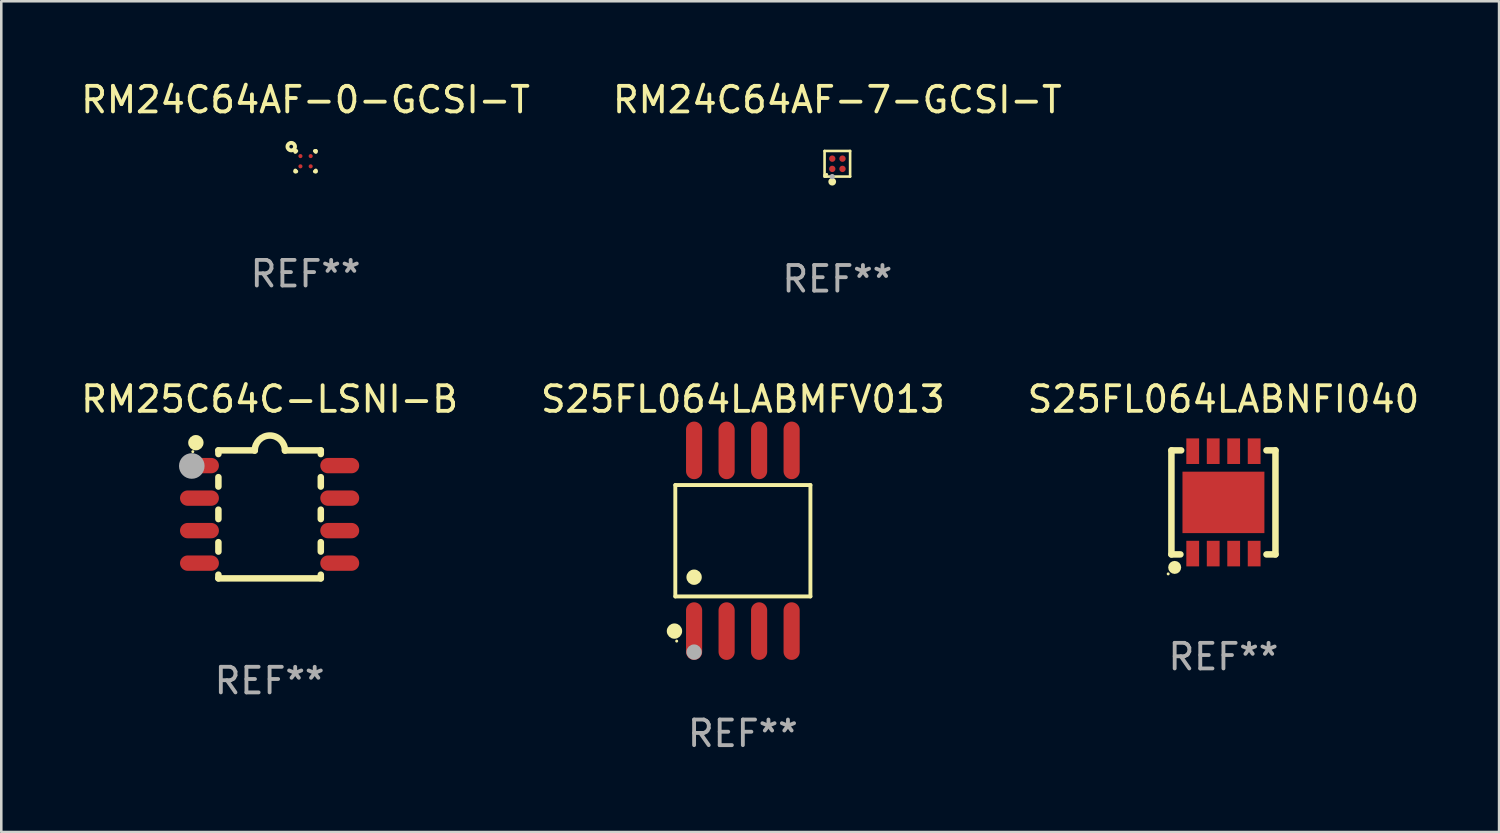
<source format=kicad_pcb>
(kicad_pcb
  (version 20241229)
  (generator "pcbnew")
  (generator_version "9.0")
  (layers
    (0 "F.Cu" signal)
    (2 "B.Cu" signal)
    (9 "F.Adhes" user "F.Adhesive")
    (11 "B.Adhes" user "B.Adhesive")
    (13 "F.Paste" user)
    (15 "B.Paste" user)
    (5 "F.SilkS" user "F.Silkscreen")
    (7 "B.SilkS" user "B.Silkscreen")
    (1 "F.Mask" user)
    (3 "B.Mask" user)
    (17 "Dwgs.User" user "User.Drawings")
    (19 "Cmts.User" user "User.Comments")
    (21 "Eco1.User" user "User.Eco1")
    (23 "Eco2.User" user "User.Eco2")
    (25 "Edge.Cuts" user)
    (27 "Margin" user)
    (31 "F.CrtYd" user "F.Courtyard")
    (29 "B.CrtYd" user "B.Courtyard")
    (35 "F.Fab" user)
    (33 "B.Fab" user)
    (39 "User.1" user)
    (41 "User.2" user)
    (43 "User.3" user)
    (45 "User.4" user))
  (footprint "RM24C64AF-0-GCSI-T"
    (layer "F.Cu")
    (at 8.887 3.248)
    (property "Reference" "RM24C64AF-0-GCSI-T" (at 0 -2.4 0) (layer "F.SilkS") (effects (font (size 1 1) (thickness 0.15))))
    (attr through_hole)
    (fp_line (start -0.4 -0.4) (end -0.4 -0.363) (stroke (width 0.15) (type solid)) (layer "F.SilkS"))
    (fp_line (start -0.4 0.363) (end -0.4 0.4) (stroke (width 0.15) (type solid)) (layer "F.SilkS"))
    (fp_line (start -0.4 0.4) (end -0.363 0.4) (stroke (width 0.15) (type solid)) (layer "F.SilkS"))
    (fp_line (start -0.363 -0.4) (end -0.4 -0.4) (stroke (width 0.15) (type solid)) (layer "F.SilkS"))
    (fp_line (start 0.363 0.4) (end 0.4 0.4) (stroke (width 0.15) (type solid)) (layer "F.SilkS"))
    (fp_line (start 0.4 -0.4) (end 0.363 -0.4) (stroke (width 0.15) (type solid)) (layer "F.SilkS"))
    (fp_line (start 0.4 -0.363) (end 0.4 -0.4) (stroke (width 0.15) (type solid)) (layer "F.SilkS"))
    (fp_line (start 0.4 0.4) (end 0.4 0.363) (stroke (width 0.15) (type solid)) (layer "F.SilkS"))
    (fp_circle (center -0.56 -0.57) (end -0.487 -0.57) (stroke (width 0.15) (type solid)) (fill no) (layer "F.SilkS"))
    (fp_text user "REF**" (at 0 4.4 0) (layer "F.Fab") (effects (font (size 1 1) (thickness 0.15))))
    (pad "A1" smd circle (at -0.2 -0.2) (size 0.16 0.16) (layers "F.Cu" "F.Mask" "F.Paste"))
    (pad "A2" smd circle (at -0.2 0.2) (size 0.16 0.16) (layers "F.Cu" "F.Mask" "F.Paste"))
    (pad "B1" smd circle (at 0.2 -0.2) (size 0.16 0.16) (layers "F.Cu" "F.Mask" "F.Paste"))
    (pad "B2" smd circle (at 0.2 0.2) (size 0.16 0.16) (layers "F.Cu" "F.Mask" "F.Paste")))
  (footprint "S25FL064LABNFI040"
    (layer "F.Cu")
    (at 44.744 16.576)
    (property "Reference" "S25FL064LABNFI040" (at 0 -4.032 0) (layer "F.SilkS") (effects (font (size 1 1) (thickness 0.15))))
    (attr through_hole)
    (fp_line (start -2.032 -2.032) (end -2.032 2.032) (stroke (width 0.254) (type solid)) (layer "F.SilkS"))
    (fp_line (start -2.032 2.032) (end -1.681 2.032) (stroke (width 0.254) (type solid)) (layer "F.SilkS"))
    (fp_line (start -1.651 -2.032) (end -2.032 -2.032) (stroke (width 0.254) (type solid)) (layer "F.SilkS"))
    (fp_line (start 1.681 2.032) (end 2.032 2.032) (stroke (width 0.254) (type solid)) (layer "F.SilkS"))
    (fp_line (start 2.032 -2.032) (end 1.681 -2.032) (stroke (width 0.254) (type solid)) (layer "F.SilkS"))
    (fp_line (start 2.032 2.032) (end 2.032 -2.032) (stroke (width 0.254) (type solid)) (layer "F.SilkS"))
    (fp_circle (center -2.159 2.794) (end -2.129 2.794) (stroke (width 0.06) (type solid)) (fill no) (layer "F.SilkS"))
    (fp_circle (center -1.905 2.54) (end -1.778 2.54) (stroke (width 0.254) (type solid)) (fill no) (layer "F.SilkS"))
    (fp_text user "REF**" (at 0 6.032 0) (layer "F.Fab") (effects (font (size 1 1) (thickness 0.15))))
    (pad "1" smd rect (at -1.2 2) (size 0.5 1) (layers "F.Cu" "F.Mask" "F.Paste"))
    (pad "2" smd rect (at -0.4 2) (size 0.5 1) (layers "F.Cu" "F.Mask" "F.Paste"))
    (pad "3" smd rect (at 0.4 2) (size 0.5 1) (layers "F.Cu" "F.Mask" "F.Paste"))
    (pad "4" smd rect (at 1.2 2) (size 0.5 1) (layers "F.Cu" "F.Mask" "F.Paste"))
    (pad "5" smd rect (at 1.2 -2) (size 0.5 1) (layers "F.Cu" "F.Mask" "F.Paste"))
    (pad "6" smd rect (at 0.4 -2) (size 0.5 1) (layers "F.Cu" "F.Mask" "F.Paste"))
    (pad "7" smd rect (at -0.4 -2) (size 0.5 1) (layers "F.Cu" "F.Mask" "F.Paste"))
    (pad "8" smd rect (at -1.2 -2) (size 0.5 1) (layers "F.Cu" "F.Mask" "F.Paste"))
    (pad "9" smd rect (at -0.000102 0) (size 3.2 2.4) (layers "F.Cu" "F.Mask" "F.Paste")))
  (footprint "S25FL064LABMFV013"
    (layer "F.Cu")
    (at 25.97 18.074)
    (property "Reference" "S25FL064LABMFV013" (at 0 -5.53 0) (layer "F.SilkS") (effects (font (size 1 1) (thickness 0.15))))
    (attr through_hole)
    (fp_line (start -2.639 -2.176) (end 2.639 -2.176) (stroke (width 0.152) (type solid)) (layer "F.SilkS"))
    (fp_line (start -2.639 2.176) (end -2.639 -2.176) (stroke (width 0.152) (type solid)) (layer "F.SilkS"))
    (fp_line (start 2.639 -2.176) (end 2.639 2.176) (stroke (width 0.152) (type solid)) (layer "F.SilkS"))
    (fp_line (start 2.639 2.176) (end -2.639 2.176) (stroke (width 0.152) (type solid)) (layer "F.SilkS"))
    (fp_circle (center -2.672 3.53) (end -2.522 3.53) (stroke (width 0.3) (type solid)) (fill no) (layer "F.SilkS"))
    (fp_circle (center -2.585 3.92) (end -2.555 3.92) (stroke (width 0.06) (type solid)) (fill no) (layer "F.SilkS"))
    (fp_circle (center -1.905 1.424) (end -1.755 1.424) (stroke (width 0.3) (type solid)) (fill no) (layer "F.SilkS"))
    (fp_circle (center -1.905 4.35) (end -1.755 4.35) (stroke (width 0.3) (type solid)) (fill no) (layer "F.Fab"))
    (fp_text user "REF**" (at 0 7.53 0) (layer "F.Fab") (effects (font (size 1 1) (thickness 0.15))))
    (pad "1" smd oval (at -1.905 3.53) (size 0.63 2.25) (layers "F.Cu" "F.Mask" "F.Paste"))
    (pad "2" smd oval (at -0.635 3.53) (size 0.63 2.25) (layers "F.Cu" "F.Mask" "F.Paste"))
    (pad "3" smd oval (at 0.635 3.53) (size 0.63 2.25) (layers "F.Cu" "F.Mask" "F.Paste"))
    (pad "4" smd oval (at 1.905 3.53) (size 0.63 2.25) (layers "F.Cu" "F.Mask" "F.Paste"))
    (pad "5" smd oval (at 1.905 -3.53) (size 0.63 2.25) (layers "F.Cu" "F.Mask" "F.Paste"))
    (pad "6" smd oval (at 0.635 -3.53) (size 0.63 2.25) (layers "F.Cu" "F.Mask" "F.Paste"))
    (pad "7" smd oval (at -0.635 -3.53) (size 0.63 2.25) (layers "F.Cu" "F.Mask" "F.Paste"))
    (pad "8" smd oval (at -1.905 -3.53) (size 0.63 2.25) (layers "F.Cu" "F.Mask" "F.Paste")))
  (footprint "RM24C64AF-7-GCSI-T"
    (layer "F.Cu")
    (at 29.661 3.348)
    (property "Reference" "RM24C64AF-7-GCSI-T" (at 0 -2.5 0) (layer "F.SilkS") (effects (font (size 1 1) (thickness 0.15))))
    (attr through_hole)
    (fp_line (start -0.499 0.5) (end -0.499 0.44) (stroke (width 0.102) (type solid)) (layer "F.SilkS"))
    (fp_line (start -0.499 -0.5) (end 0.499 -0.5) (stroke (width 0.102) (type solid)) (layer "F.SilkS"))
    (fp_line (start -0.499 0.44) (end -0.499 -0.5) (stroke (width 0.102) (type solid)) (layer "F.SilkS"))
    (fp_line (start -0.44 0.499) (end -0.499 0.499) (stroke (width 0.102) (type solid)) (layer "F.SilkS"))
    (fp_line (start 0.499 -0.5) (end 0.499 0.499) (stroke (width 0.102) (type solid)) (layer "F.SilkS"))
    (fp_line (start 0.499 0.499) (end -0.44 0.499) (stroke (width 0.102) (type solid)) (layer "F.SilkS"))
    (fp_circle (center -0.417 0.417) (end -0.387 0.417) (stroke (width 0.06) (type solid)) (fill no) (layer "F.SilkS"))
    (fp_circle (center -0.2 0.7) (end -0.124 0.7) (stroke (width 0.152) (type solid)) (fill no) (layer "F.SilkS"))
    (fp_circle (center -0.2 0.5) (end -0.148 0.5) (stroke (width 0.102) (type solid)) (fill no) (layer "F.Fab"))
    (fp_text user "REF**" (at 0 4.5 0) (layer "F.Fab") (effects (font (size 1 1) (thickness 0.15))))
    (pad "A1" smd circle (at -0.199 0.2) (size 0.25 0.25) (layers "F.Cu" "F.Mask" "F.Paste"))
    (pad "A2" smd circle (at -0.199 -0.2) (size 0.25 0.25) (layers "F.Cu" "F.Mask" "F.Paste"))
    (pad "B1" smd circle (at 0.201 0.2) (size 0.25 0.25) (layers "F.Cu" "F.Mask" "F.Paste"))
    (pad "B2" smd circle (at 0.201 -0.2) (size 0.25 0.25) (layers "F.Cu" "F.Mask" "F.Paste")))
  (footprint "RM25C64C-LSNI-B"
    (layer "F.Cu")
    (at 7.482 17.044)
    (property "Reference" "RM25C64C-LSNI-B" (at 0 -4.5 0) (layer "F.SilkS") (effects (font (size 1 1) (thickness 0.15))))
    (attr through_hole)
    (fp_line (start -2 -2.5) (end -2 -2.356) (stroke (width 0.254) (type solid)) (layer "F.SilkS"))
    (fp_line (start -2 -1.454) (end -2 -1.086) (stroke (width 0.254) (type solid)) (layer "F.SilkS"))
    (fp_line (start -2 -0.184) (end -2 0.184) (stroke (width 0.254) (type solid)) (layer "F.SilkS"))
    (fp_line (start -2 1.086) (end -2 1.454) (stroke (width 0.254) (type solid)) (layer "F.SilkS"))
    (fp_line (start -2 2.356) (end -2 2.5) (stroke (width 0.254) (type solid)) (layer "F.SilkS"))
    (fp_line (start -0.58 -2.5) (end -2 -2.5) (stroke (width 0.254) (type solid)) (layer "F.SilkS"))
    (fp_line (start 2 -2.5) (end 0.6 -2.5) (stroke (width 0.254) (type solid)) (layer "F.SilkS"))
    (fp_line (start 2 -2.5) (end 2 -2.356) (stroke (width 0.254) (type solid)) (layer "F.SilkS"))
    (fp_line (start 2 -1.454) (end 2 -1.086) (stroke (width 0.254) (type solid)) (layer "F.SilkS"))
    (fp_line (start 2 -0.184) (end 2 0.184) (stroke (width 0.254) (type solid)) (layer "F.SilkS"))
    (fp_line (start 2 1.086) (end 2 1.454) (stroke (width 0.254) (type solid)) (layer "F.SilkS"))
    (fp_line (start 2 2.356) (end 2 2.5) (stroke (width 0.254) (type solid)) (layer "F.SilkS"))
    (fp_line (start 2 2.5) (end -2 2.5) (stroke (width 0.254) (type solid)) (layer "F.SilkS"))
    (fp_arc (start -0.579908 -2.489992) (mid 0.010097 -3.07831) (end 0.600102 -2.489992) (stroke (width 0.254001) (type solid)) (layer "F.SilkS"))
    (fp_circle (center -3 -2.45) (end -2.97 -2.45) (stroke (width 0.06) (type solid)) (fill no) (layer "F.SilkS"))
    (fp_circle (center -2.88 -2.8) (end -2.73 -2.8) (stroke (width 0.3) (type solid)) (fill no) (layer "F.SilkS"))
    (fp_circle (center -3.04 -1.89) (end -2.79 -1.89) (stroke (width 0.5) (type solid)) (fill no) (layer "F.Fab"))
    (fp_text user "REF**" (at 0 6.5 0) (layer "F.Fab") (effects (font (size 1 1) (thickness 0.15))))
    (pad "1" smd oval (at -2.74 -1.905 90) (size 0.6 1.52) (layers "F.Cu" "F.Mask" "F.Paste"))
    (pad "2" smd oval (at -2.74 -0.635 90) (size 0.6 1.52) (layers "F.Cu" "F.Mask" "F.Paste"))
    (pad "3" smd oval (at -2.74 0.635 90) (size 0.6 1.52) (layers "F.Cu" "F.Mask" "F.Paste"))
    (pad "4" smd oval (at -2.74 1.905 90) (size 0.6 1.52) (layers "F.Cu" "F.Mask" "F.Paste"))
    (pad "5" smd oval (at 2.74 1.905 90) (size 0.6 1.52) (layers "F.Cu" "F.Mask" "F.Paste"))
    (pad "6" smd oval (at 2.74 0.635 90) (size 0.6 1.52) (layers "F.Cu" "F.Mask" "F.Paste"))
    (pad "7" smd oval (at 2.74 -0.635 90) (size 0.6 1.52) (layers "F.Cu" "F.Mask" "F.Paste"))
    (pad "8" smd oval (at 2.74 -1.905 90) (size 0.6 1.52) (layers "F.Cu" "F.Mask" "F.Paste")))
  (gr_rect
    (start -3 -3)
    (end 55.512 29.452)
    (stroke (width 0.1) (type default))
    (fill no)
    (layer "Edge.Cuts")))
</source>
